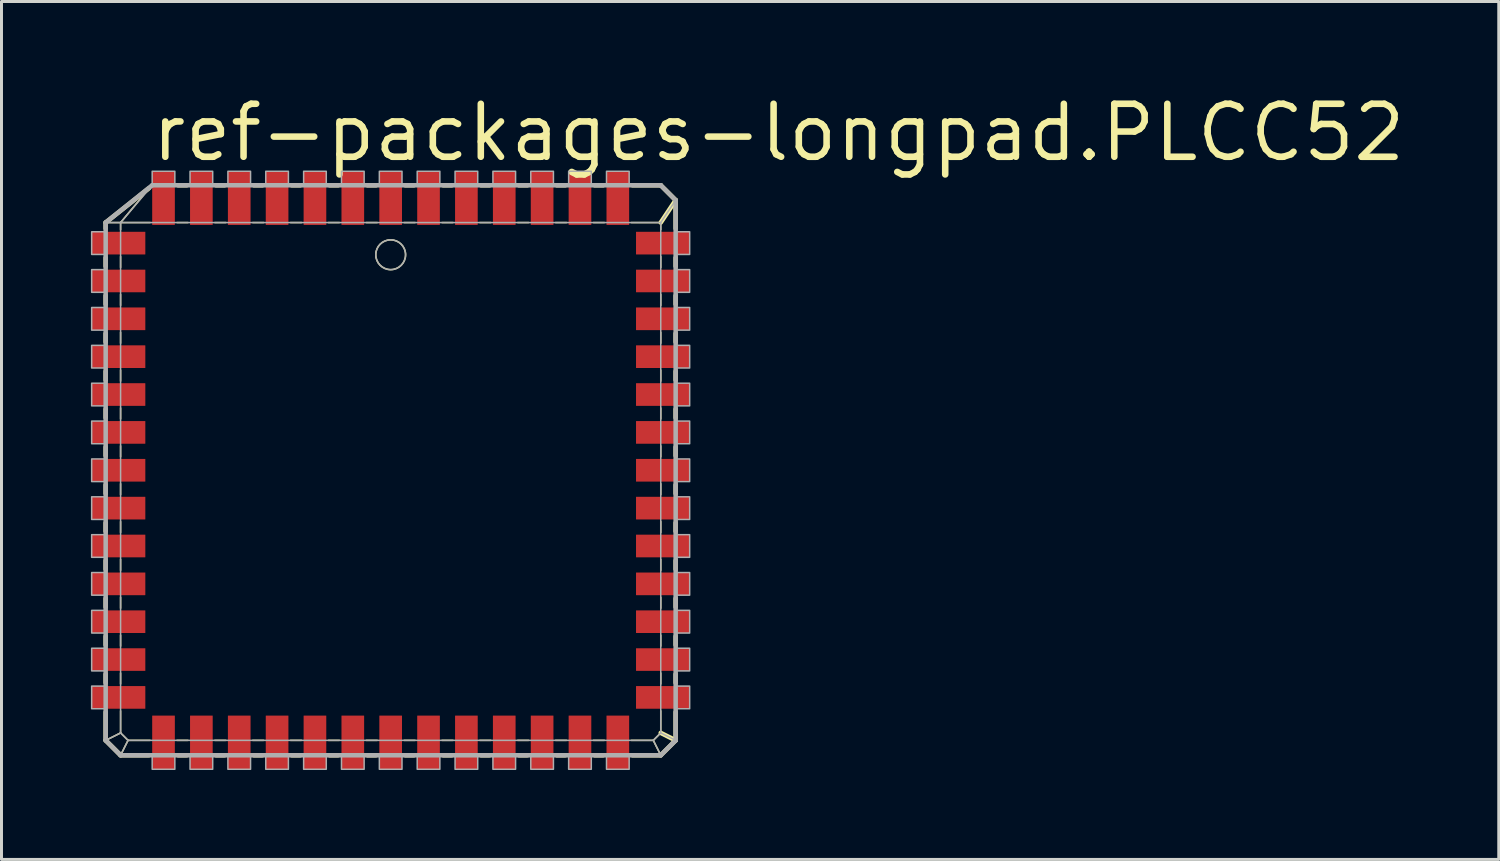
<source format=kicad_pcb>
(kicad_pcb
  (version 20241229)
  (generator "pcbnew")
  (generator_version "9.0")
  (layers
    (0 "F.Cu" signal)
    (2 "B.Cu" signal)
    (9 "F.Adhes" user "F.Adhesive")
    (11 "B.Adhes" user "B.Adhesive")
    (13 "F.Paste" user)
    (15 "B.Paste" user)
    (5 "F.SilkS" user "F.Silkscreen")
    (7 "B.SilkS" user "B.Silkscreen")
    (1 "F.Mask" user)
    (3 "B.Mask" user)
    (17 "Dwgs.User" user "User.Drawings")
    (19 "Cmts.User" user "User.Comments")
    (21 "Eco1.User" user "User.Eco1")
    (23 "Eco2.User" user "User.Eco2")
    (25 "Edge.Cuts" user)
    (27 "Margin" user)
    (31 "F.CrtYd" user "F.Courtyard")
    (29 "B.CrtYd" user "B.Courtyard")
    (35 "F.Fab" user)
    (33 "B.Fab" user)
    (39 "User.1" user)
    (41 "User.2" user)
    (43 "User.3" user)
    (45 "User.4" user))
  (footprint "ref-packages-longpad.PLCC52"
    (layer "F.Cu")
    (at 10.055 12.725)
    (property "Reference" "ref-packages-longpad.PLCC52" (at -8.128 -10.287 0) (layer "F.SilkS") (effects (font (size 1.778 1.778) (thickness 0.22)) (justify left bottom)))
    (attr smd)
    (fp_line (start -9.56 -8.31) (end -9.06 -8.31) (stroke (width 0.051) (type default)) (layer "F.SilkS"))
    (fp_line (start -9.56 -8.31) (end -8.111 -9.459) (stroke (width 0.152) (type default)) (layer "F.SilkS"))
    (fp_line (start -9.56 -8.111) (end -9.56 -8.31) (stroke (width 0.152) (type default)) (layer "F.SilkS"))
    (fp_line (start -9.56 -6.841) (end -9.56 -7.129) (stroke (width 0.152) (type default)) (layer "F.SilkS"))
    (fp_line (start -9.56 -5.571) (end -9.56 -5.859) (stroke (width 0.152) (type default)) (layer "F.SilkS"))
    (fp_line (start -9.56 -4.301) (end -9.56 -4.589) (stroke (width 0.152) (type default)) (layer "F.SilkS"))
    (fp_line (start -9.56 -3.031) (end -9.56 -3.319) (stroke (width 0.152) (type default)) (layer "F.SilkS"))
    (fp_line (start -9.56 -1.761) (end -9.56 -2.049) (stroke (width 0.152) (type default)) (layer "F.SilkS"))
    (fp_line (start -9.56 -0.491) (end -9.56 -0.779) (stroke (width 0.152) (type default)) (layer "F.SilkS"))
    (fp_line (start -9.56 0.779) (end -9.56 0.491) (stroke (width 0.152) (type default)) (layer "F.SilkS"))
    (fp_line (start -9.56 2.049) (end -9.56 1.761) (stroke (width 0.152) (type default)) (layer "F.SilkS"))
    (fp_line (start -9.56 3.319) (end -9.56 3.031) (stroke (width 0.152) (type default)) (layer "F.SilkS"))
    (fp_line (start -9.56 4.589) (end -9.56 4.301) (stroke (width 0.152) (type default)) (layer "F.SilkS"))
    (fp_line (start -9.56 5.859) (end -9.56 5.571) (stroke (width 0.152) (type default)) (layer "F.SilkS"))
    (fp_line (start -9.56 7.129) (end -9.56 6.841) (stroke (width 0.152) (type default)) (layer "F.SilkS"))
    (fp_line (start -9.56 9.06) (end -9.56 8.111) (stroke (width 0.152) (type default)) (layer "F.SilkS"))
    (fp_line (start -9.56 9.06) (end -9.06 8.81) (stroke (width 0.051) (type default)) (layer "F.SilkS"))
    (fp_line (start -9.06 -8.31) (end -8.122 -9.438) (stroke (width 0.051) (type default)) (layer "F.SilkS"))
    (fp_line (start -9.06 -8.31) (end -8.071 -8.31) (stroke (width 0.051) (type default)) (layer "F.SilkS"))
    (fp_line (start -9.06 -8.071) (end -9.06 -8.31) (stroke (width 0.051) (type default)) (layer "F.SilkS"))
    (fp_line (start -9.06 -6.801) (end -9.06 -7.169) (stroke (width 0.051) (type default)) (layer "F.SilkS"))
    (fp_line (start -9.06 -5.531) (end -9.06 -5.899) (stroke (width 0.051) (type default)) (layer "F.SilkS"))
    (fp_line (start -9.06 -4.261) (end -9.06 -4.629) (stroke (width 0.051) (type default)) (layer "F.SilkS"))
    (fp_line (start -9.06 -2.991) (end -9.06 -3.359) (stroke (width 0.051) (type default)) (layer "F.SilkS"))
    (fp_line (start -9.06 -1.721) (end -9.06 -2.089) (stroke (width 0.051) (type default)) (layer "F.SilkS"))
    (fp_line (start -9.06 -0.451) (end -9.06 -0.819) (stroke (width 0.051) (type default)) (layer "F.SilkS"))
    (fp_line (start -9.06 0.819) (end -9.06 0.451) (stroke (width 0.051) (type default)) (layer "F.SilkS"))
    (fp_line (start -9.06 2.089) (end -9.06 1.721) (stroke (width 0.051) (type default)) (layer "F.SilkS"))
    (fp_line (start -9.06 3.359) (end -9.06 2.991) (stroke (width 0.051) (type default)) (layer "F.SilkS"))
    (fp_line (start -9.06 4.629) (end -9.06 4.261) (stroke (width 0.051) (type default)) (layer "F.SilkS"))
    (fp_line (start -9.06 5.899) (end -9.06 5.531) (stroke (width 0.051) (type default)) (layer "F.SilkS"))
    (fp_line (start -9.06 7.169) (end -9.06 6.801) (stroke (width 0.051) (type default)) (layer "F.SilkS"))
    (fp_line (start -9.06 8.81) (end -9.06 8.071) (stroke (width 0.051) (type default)) (layer "F.SilkS"))
    (fp_line (start -9.06 9.56) (end -9.56 9.06) (stroke (width 0.152) (type default)) (layer "F.SilkS"))
    (fp_line (start -9.06 9.56) (end -8.81 9.06) (stroke (width 0.051) (type default)) (layer "F.SilkS"))
    (fp_line (start -8.81 9.06) (end -9.06 8.81) (stroke (width 0.051) (type default)) (layer "F.SilkS"))
    (fp_line (start -8.111 9.56) (end -9.06 9.56) (stroke (width 0.152) (type default)) (layer "F.SilkS"))
    (fp_line (start -8.071 9.06) (end -8.81 9.06) (stroke (width 0.051) (type default)) (layer "F.SilkS"))
    (fp_line (start -7.169 -8.31) (end -6.801 -8.31) (stroke (width 0.051) (type default)) (layer "F.SilkS"))
    (fp_line (start -7.129 -9.56) (end -6.841 -9.56) (stroke (width 0.152) (type default)) (layer "F.SilkS"))
    (fp_line (start -6.841 9.56) (end -7.129 9.56) (stroke (width 0.152) (type default)) (layer "F.SilkS"))
    (fp_line (start -6.801 9.06) (end -7.169 9.06) (stroke (width 0.051) (type default)) (layer "F.SilkS"))
    (fp_line (start -5.899 -8.31) (end -5.531 -8.31) (stroke (width 0.051) (type default)) (layer "F.SilkS"))
    (fp_line (start -5.859 -9.56) (end -5.571 -9.56) (stroke (width 0.152) (type default)) (layer "F.SilkS"))
    (fp_line (start -5.571 9.56) (end -5.859 9.56) (stroke (width 0.152) (type default)) (layer "F.SilkS"))
    (fp_line (start -5.531 9.06) (end -5.899 9.06) (stroke (width 0.051) (type default)) (layer "F.SilkS"))
    (fp_line (start -4.629 -8.31) (end -4.261 -8.31) (stroke (width 0.051) (type default)) (layer "F.SilkS"))
    (fp_line (start -4.589 -9.56) (end -4.301 -9.56) (stroke (width 0.152) (type default)) (layer "F.SilkS"))
    (fp_line (start -4.301 9.56) (end -4.589 9.56) (stroke (width 0.152) (type default)) (layer "F.SilkS"))
    (fp_line (start -4.261 9.06) (end -4.629 9.06) (stroke (width 0.051) (type default)) (layer "F.SilkS"))
    (fp_line (start -3.359 -8.31) (end -2.991 -8.31) (stroke (width 0.051) (type default)) (layer "F.SilkS"))
    (fp_line (start -3.319 -9.56) (end -3.031 -9.56) (stroke (width 0.152) (type default)) (layer "F.SilkS"))
    (fp_line (start -3.031 9.56) (end -3.319 9.56) (stroke (width 0.152) (type default)) (layer "F.SilkS"))
    (fp_line (start -2.991 9.06) (end -3.359 9.06) (stroke (width 0.051) (type default)) (layer "F.SilkS"))
    (fp_line (start -2.089 -8.31) (end -1.721 -8.31) (stroke (width 0.051) (type default)) (layer "F.SilkS"))
    (fp_line (start -2.049 -9.56) (end -1.761 -9.56) (stroke (width 0.152) (type default)) (layer "F.SilkS"))
    (fp_line (start -1.761 9.56) (end -2.049 9.56) (stroke (width 0.152) (type default)) (layer "F.SilkS"))
    (fp_line (start -1.721 9.06) (end -2.089 9.06) (stroke (width 0.051) (type default)) (layer "F.SilkS"))
    (fp_line (start -0.819 -8.31) (end -0.451 -8.31) (stroke (width 0.051) (type default)) (layer "F.SilkS"))
    (fp_line (start -0.779 -9.56) (end -0.491 -9.56) (stroke (width 0.152) (type default)) (layer "F.SilkS"))
    (fp_line (start -0.491 9.56) (end -0.779 9.56) (stroke (width 0.152) (type default)) (layer "F.SilkS"))
    (fp_line (start -0.451 9.06) (end -0.819 9.06) (stroke (width 0.051) (type default)) (layer "F.SilkS"))
    (fp_line (start 0.451 -8.31) (end 0.819 -8.31) (stroke (width 0.051) (type default)) (layer "F.SilkS"))
    (fp_line (start 0.491 -9.56) (end 0.779 -9.56) (stroke (width 0.152) (type default)) (layer "F.SilkS"))
    (fp_line (start 0.779 9.56) (end 0.491 9.56) (stroke (width 0.152) (type default)) (layer "F.SilkS"))
    (fp_line (start 0.819 9.06) (end 0.451 9.06) (stroke (width 0.051) (type default)) (layer "F.SilkS"))
    (fp_line (start 1.721 -8.31) (end 2.089 -8.31) (stroke (width 0.051) (type default)) (layer "F.SilkS"))
    (fp_line (start 1.761 -9.56) (end 2.049 -9.56) (stroke (width 0.152) (type default)) (layer "F.SilkS"))
    (fp_line (start 2.049 9.56) (end 1.761 9.56) (stroke (width 0.152) (type default)) (layer "F.SilkS"))
    (fp_line (start 2.089 9.06) (end 1.721 9.06) (stroke (width 0.051) (type default)) (layer "F.SilkS"))
    (fp_line (start 2.991 -8.31) (end 3.359 -8.31) (stroke (width 0.051) (type default)) (layer "F.SilkS"))
    (fp_line (start 3.031 -9.56) (end 3.319 -9.56) (stroke (width 0.152) (type default)) (layer "F.SilkS"))
    (fp_line (start 3.319 9.56) (end 3.031 9.56) (stroke (width 0.152) (type default)) (layer "F.SilkS"))
    (fp_line (start 3.359 9.06) (end 2.991 9.06) (stroke (width 0.051) (type default)) (layer "F.SilkS"))
    (fp_line (start 4.261 -8.31) (end 4.629 -8.31) (stroke (width 0.051) (type default)) (layer "F.SilkS"))
    (fp_line (start 4.301 -9.56) (end 4.589 -9.56) (stroke (width 0.152) (type default)) (layer "F.SilkS"))
    (fp_line (start 4.589 9.56) (end 4.301 9.56) (stroke (width 0.152) (type default)) (layer "F.SilkS"))
    (fp_line (start 4.629 9.06) (end 4.261 9.06) (stroke (width 0.051) (type default)) (layer "F.SilkS"))
    (fp_line (start 5.531 -8.31) (end 5.899 -8.31) (stroke (width 0.051) (type default)) (layer "F.SilkS"))
    (fp_line (start 5.571 -9.56) (end 5.859 -9.56) (stroke (width 0.152) (type default)) (layer "F.SilkS"))
    (fp_line (start 5.859 9.56) (end 5.571 9.56) (stroke (width 0.152) (type default)) (layer "F.SilkS"))
    (fp_line (start 5.899 9.06) (end 5.531 9.06) (stroke (width 0.051) (type default)) (layer "F.SilkS"))
    (fp_line (start 6.801 -8.31) (end 7.169 -8.31) (stroke (width 0.051) (type default)) (layer "F.SilkS"))
    (fp_line (start 6.841 -9.56) (end 7.129 -9.56) (stroke (width 0.152) (type default)) (layer "F.SilkS"))
    (fp_line (start 7.129 9.56) (end 6.841 9.56) (stroke (width 0.152) (type default)) (layer "F.SilkS"))
    (fp_line (start 7.169 9.06) (end 6.801 9.06) (stroke (width 0.051) (type default)) (layer "F.SilkS"))
    (fp_line (start 8.071 -8.31) (end 9.06 -8.31) (stroke (width 0.051) (type default)) (layer "F.SilkS"))
    (fp_line (start 8.111 -9.56) (end 9.06 -9.56) (stroke (width 0.152) (type default)) (layer "F.SilkS"))
    (fp_line (start 8.81 9.06) (end 8.071 9.06) (stroke (width 0.051) (type default)) (layer "F.SilkS"))
    (fp_line (start 8.81 9.06) (end 9.06 9.56) (stroke (width 0.051) (type default)) (layer "F.SilkS"))
    (fp_line (start 9.06 -9.56) (end 9.56 -9.06) (stroke (width 0.152) (type default)) (layer "F.SilkS"))
    (fp_line (start 9.06 -8.31) (end 9.06 -8.071) (stroke (width 0.051) (type default)) (layer "F.SilkS"))
    (fp_line (start 9.06 -7.169) (end 9.06 -6.801) (stroke (width 0.051) (type default)) (layer "F.SilkS"))
    (fp_line (start 9.06 -5.899) (end 9.06 -5.531) (stroke (width 0.051) (type default)) (layer "F.SilkS"))
    (fp_line (start 9.06 -4.629) (end 9.06 -4.261) (stroke (width 0.051) (type default)) (layer "F.SilkS"))
    (fp_line (start 9.06 -3.359) (end 9.06 -2.991) (stroke (width 0.051) (type default)) (layer "F.SilkS"))
    (fp_line (start 9.06 -2.089) (end 9.06 -1.721) (stroke (width 0.051) (type default)) (layer "F.SilkS"))
    (fp_line (start 9.06 -0.819) (end 9.06 -0.451) (stroke (width 0.051) (type default)) (layer "F.SilkS"))
    (fp_line (start 9.06 0.451) (end 9.06 0.819) (stroke (width 0.051) (type default)) (layer "F.SilkS"))
    (fp_line (start 9.06 1.721) (end 9.06 2.089) (stroke (width 0.051) (type default)) (layer "F.SilkS"))
    (fp_line (start 9.06 2.991) (end 9.06 3.359) (stroke (width 0.051) (type default)) (layer "F.SilkS"))
    (fp_line (start 9.06 4.261) (end 9.06 4.629) (stroke (width 0.051) (type default)) (layer "F.SilkS"))
    (fp_line (start 9.06 5.531) (end 9.06 5.899) (stroke (width 0.051) (type default)) (layer "F.SilkS"))
    (fp_line (start 9.06 6.801) (end 9.06 7.169) (stroke (width 0.051) (type default)) (layer "F.SilkS"))
    (fp_line (start 9.06 8.071) (end 9.06 8.81) (stroke (width 0.051) (type default)) (layer "F.SilkS"))
    (fp_line (start 9.06 8.81) (end 8.81 9.06) (stroke (width 0.051) (type default)) (layer "F.SilkS"))
    (fp_line (start 9.06 8.81) (end 9.56 9.06) (stroke (width 0.152) (type default)) (layer "F.SilkS"))
    (fp_line (start 9.06 9.56) (end 8.111 9.56) (stroke (width 0.152) (type default)) (layer "F.SilkS"))
    (fp_line (start 9.56 -9.06) (end 9.06 -8.31) (stroke (width 0.152) (type default)) (layer "F.SilkS"))
    (fp_line (start 9.56 -9.06) (end 9.56 -8.111) (stroke (width 0.152) (type default)) (layer "F.SilkS"))
    (fp_line (start 9.56 -7.129) (end 9.56 -6.841) (stroke (width 0.152) (type default)) (layer "F.SilkS"))
    (fp_line (start 9.56 -5.859) (end 9.56 -5.571) (stroke (width 0.152) (type default)) (layer "F.SilkS"))
    (fp_line (start 9.56 -4.589) (end 9.56 -4.301) (stroke (width 0.152) (type default)) (layer "F.SilkS"))
    (fp_line (start 9.56 -3.319) (end 9.56 -3.031) (stroke (width 0.152) (type default)) (layer "F.SilkS"))
    (fp_line (start 9.56 -2.049) (end 9.56 -1.761) (stroke (width 0.152) (type default)) (layer "F.SilkS"))
    (fp_line (start 9.56 -0.779) (end 9.56 -0.491) (stroke (width 0.152) (type default)) (layer "F.SilkS"))
    (fp_line (start 9.56 0.491) (end 9.56 0.779) (stroke (width 0.152) (type default)) (layer "F.SilkS"))
    (fp_line (start 9.56 1.761) (end 9.56 2.049) (stroke (width 0.152) (type default)) (layer "F.SilkS"))
    (fp_line (start 9.56 3.031) (end 9.56 3.319) (stroke (width 0.152) (type default)) (layer "F.SilkS"))
    (fp_line (start 9.56 4.301) (end 9.56 4.589) (stroke (width 0.152) (type default)) (layer "F.SilkS"))
    (fp_line (start 9.56 5.571) (end 9.56 5.859) (stroke (width 0.152) (type default)) (layer "F.SilkS"))
    (fp_line (start 9.56 6.841) (end 9.56 7.129) (stroke (width 0.152) (type default)) (layer "F.SilkS"))
    (fp_line (start 9.56 8.111) (end 9.56 9.06) (stroke (width 0.152) (type default)) (layer "F.SilkS"))
    (fp_line (start 9.56 9.06) (end 9.06 9.56) (stroke (width 0.152) (type default)) (layer "F.SilkS"))
    (fp_circle (center 0 -7.23) (end 0.5 -7.23) (stroke (width 0.051) (type default)) (fill no) (layer "F.SilkS"))
    (fp_line (start -9.56 -8.31) (end -9.06 -8.31) (stroke (width 0.051) (type default)) (layer "F.Fab"))
    (fp_line (start -9.56 -8.31) (end -8 -9.56) (stroke (width 0.152) (type default)) (layer "F.Fab"))
    (fp_line (start -9.56 9.06) (end -9.56 -8.31) (stroke (width 0.152) (type default)) (layer "F.Fab"))
    (fp_line (start -9.56 9.06) (end -9.06 8.81) (stroke (width 0.051) (type default)) (layer "F.Fab"))
    (fp_line (start -9.06 -8.31) (end -8 -9.56) (stroke (width 0.051) (type default)) (layer "F.Fab"))
    (fp_line (start -9.06 -8.31) (end 9.06 -8.31) (stroke (width 0.051) (type default)) (layer "F.Fab"))
    (fp_line (start -9.06 8.81) (end -9.06 -8.31) (stroke (width 0.051) (type default)) (layer "F.Fab"))
    (fp_line (start -9.06 9.56) (end -9.56 9.06) (stroke (width 0.152) (type default)) (layer "F.Fab"))
    (fp_line (start -9.06 9.56) (end -8.81 9.06) (stroke (width 0.051) (type default)) (layer "F.Fab"))
    (fp_line (start -8.81 9.06) (end -9.06 8.81) (stroke (width 0.051) (type default)) (layer "F.Fab"))
    (fp_line (start -8 -9.56) (end 9.06 -9.56) (stroke (width 0.152) (type default)) (layer "F.Fab"))
    (fp_line (start 8.81 9.06) (end -8.81 9.06) (stroke (width 0.051) (type default)) (layer "F.Fab"))
    (fp_line (start 8.81 9.06) (end 9.06 9.56) (stroke (width 0.051) (type default)) (layer "F.Fab"))
    (fp_line (start 9.06 -9.56) (end 9.56 -9.06) (stroke (width 0.152) (type default)) (layer "F.Fab"))
    (fp_line (start 9.06 -8.31) (end 9.06 8.81) (stroke (width 0.051) (type default)) (layer "F.Fab"))
    (fp_line (start 9.06 8.81) (end 8.81 9.06) (stroke (width 0.051) (type default)) (layer "F.Fab"))
    (fp_line (start 9.06 8.81) (end 9.56 9.06) (stroke (width 0.051) (type default)) (layer "F.Fab"))
    (fp_line (start 9.06 9.56) (end -9.06 9.56) (stroke (width 0.152) (type default)) (layer "F.Fab"))
    (fp_line (start 9.56 -9.06) (end 9.06 -8.31) (stroke (width 0.051) (type default)) (layer "F.Fab"))
    (fp_line (start 9.56 -9.06) (end 9.56 9.06) (stroke (width 0.152) (type default)) (layer "F.Fab"))
    (fp_line (start 9.56 9.06) (end 9.06 9.56) (stroke (width 0.152) (type default)) (layer "F.Fab"))
    (fp_rect (start -10.03 -7.24) (end -9.56 -8) (stroke (width 0.05) (type default)) (fill no) (layer "F.Fab"))
    (fp_rect (start -10.03 -5.97) (end -9.56 -6.73) (stroke (width 0.05) (type default)) (fill no) (layer "F.Fab"))
    (fp_rect (start -10.03 -4.7) (end -9.56 -5.46) (stroke (width 0.05) (type default)) (fill no) (layer "F.Fab"))
    (fp_rect (start -10.03 -3.43) (end -9.56 -4.19) (stroke (width 0.05) (type default)) (fill no) (layer "F.Fab"))
    (fp_rect (start -10.03 -2.16) (end -9.56 -2.92) (stroke (width 0.05) (type default)) (fill no) (layer "F.Fab"))
    (fp_rect (start -10.03 -0.89) (end -9.56 -1.65) (stroke (width 0.05) (type default)) (fill no) (layer "F.Fab"))
    (fp_rect (start -10.03 0.38) (end -9.56 -0.38) (stroke (width 0.05) (type default)) (fill no) (layer "F.Fab"))
    (fp_rect (start -10.03 1.65) (end -9.56 0.89) (stroke (width 0.05) (type default)) (fill no) (layer "F.Fab"))
    (fp_rect (start -10.03 2.92) (end -9.56 2.16) (stroke (width 0.05) (type default)) (fill no) (layer "F.Fab"))
    (fp_rect (start -10.03 4.19) (end -9.56 3.43) (stroke (width 0.05) (type default)) (fill no) (layer "F.Fab"))
    (fp_rect (start -10.03 5.46) (end -9.56 4.7) (stroke (width 0.05) (type default)) (fill no) (layer "F.Fab"))
    (fp_rect (start -10.03 6.73) (end -9.56 5.97) (stroke (width 0.05) (type default)) (fill no) (layer "F.Fab"))
    (fp_rect (start -10.03 8) (end -9.56 7.24) (stroke (width 0.05) (type default)) (fill no) (layer "F.Fab"))
    (fp_rect (start -8 -9.56) (end -7.24 -10.03) (stroke (width 0.05) (type default)) (fill no) (layer "F.Fab"))
    (fp_rect (start -8 10.03) (end -7.24 9.56) (stroke (width 0.05) (type default)) (fill no) (layer "F.Fab"))
    (fp_rect (start -6.73 -9.56) (end -5.97 -10.03) (stroke (width 0.05) (type default)) (fill no) (layer "F.Fab"))
    (fp_rect (start -6.73 10.03) (end -5.97 9.56) (stroke (width 0.05) (type default)) (fill no) (layer "F.Fab"))
    (fp_rect (start -5.46 -9.56) (end -4.7 -10.03) (stroke (width 0.05) (type default)) (fill no) (layer "F.Fab"))
    (fp_rect (start -5.46 10.03) (end -4.7 9.56) (stroke (width 0.05) (type default)) (fill no) (layer "F.Fab"))
    (fp_rect (start -4.19 -9.56) (end -3.43 -10.03) (stroke (width 0.05) (type default)) (fill no) (layer "F.Fab"))
    (fp_rect (start -4.19 10.03) (end -3.43 9.56) (stroke (width 0.05) (type default)) (fill no) (layer "F.Fab"))
    (fp_rect (start -2.92 -9.56) (end -2.16 -10.03) (stroke (width 0.05) (type default)) (fill no) (layer "F.Fab"))
    (fp_rect (start -2.92 10.03) (end -2.16 9.56) (stroke (width 0.05) (type default)) (fill no) (layer "F.Fab"))
    (fp_rect (start -1.65 -9.56) (end -0.89 -10.03) (stroke (width 0.05) (type default)) (fill no) (layer "F.Fab"))
    (fp_rect (start -1.65 10.03) (end -0.89 9.56) (stroke (width 0.05) (type default)) (fill no) (layer "F.Fab"))
    (fp_rect (start -0.38 -9.56) (end 0.38 -10.03) (stroke (width 0.05) (type default)) (fill no) (layer "F.Fab"))
    (fp_rect (start -0.38 10.03) (end 0.38 9.56) (stroke (width 0.05) (type default)) (fill no) (layer "F.Fab"))
    (fp_rect (start 0.89 -9.56) (end 1.65 -10.03) (stroke (width 0.05) (type default)) (fill no) (layer "F.Fab"))
    (fp_rect (start 0.89 10.03) (end 1.65 9.56) (stroke (width 0.05) (type default)) (fill no) (layer "F.Fab"))
    (fp_rect (start 2.16 -9.56) (end 2.92 -10.03) (stroke (width 0.05) (type default)) (fill no) (layer "F.Fab"))
    (fp_rect (start 2.16 10.03) (end 2.92 9.56) (stroke (width 0.05) (type default)) (fill no) (layer "F.Fab"))
    (fp_rect (start 3.43 -9.56) (end 4.19 -10.03) (stroke (width 0.05) (type default)) (fill no) (layer "F.Fab"))
    (fp_rect (start 3.43 10.03) (end 4.19 9.56) (stroke (width 0.05) (type default)) (fill no) (layer "F.Fab"))
    (fp_rect (start 4.7 -9.56) (end 5.46 -10.03) (stroke (width 0.05) (type default)) (fill no) (layer "F.Fab"))
    (fp_rect (start 4.7 10.03) (end 5.46 9.56) (stroke (width 0.05) (type default)) (fill no) (layer "F.Fab"))
    (fp_rect (start 5.97 -9.56) (end 6.73 -10.03) (stroke (width 0.05) (type default)) (fill no) (layer "F.Fab"))
    (fp_rect (start 5.97 10.03) (end 6.73 9.56) (stroke (width 0.05) (type default)) (fill no) (layer "F.Fab"))
    (fp_rect (start 7.24 -9.56) (end 8 -10.03) (stroke (width 0.05) (type default)) (fill no) (layer "F.Fab"))
    (fp_rect (start 7.24 10.03) (end 8 9.56) (stroke (width 0.05) (type default)) (fill no) (layer "F.Fab"))
    (fp_rect (start 9.56 -7.24) (end 10.03 -8) (stroke (width 0.05) (type default)) (fill no) (layer "F.Fab"))
    (fp_rect (start 9.56 -5.97) (end 10.03 -6.73) (stroke (width 0.05) (type default)) (fill no) (layer "F.Fab"))
    (fp_rect (start 9.56 -4.7) (end 10.03 -5.46) (stroke (width 0.05) (type default)) (fill no) (layer "F.Fab"))
    (fp_rect (start 9.56 -3.43) (end 10.03 -4.19) (stroke (width 0.05) (type default)) (fill no) (layer "F.Fab"))
    (fp_rect (start 9.56 -2.16) (end 10.03 -2.92) (stroke (width 0.05) (type default)) (fill no) (layer "F.Fab"))
    (fp_rect (start 9.56 -0.89) (end 10.03 -1.65) (stroke (width 0.05) (type default)) (fill no) (layer "F.Fab"))
    (fp_rect (start 9.56 0.38) (end 10.03 -0.38) (stroke (width 0.05) (type default)) (fill no) (layer "F.Fab"))
    (fp_rect (start 9.56 1.65) (end 10.03 0.89) (stroke (width 0.05) (type default)) (fill no) (layer "F.Fab"))
    (fp_rect (start 9.56 2.92) (end 10.03 2.16) (stroke (width 0.05) (type default)) (fill no) (layer "F.Fab"))
    (fp_rect (start 9.56 4.19) (end 10.03 3.43) (stroke (width 0.05) (type default)) (fill no) (layer "F.Fab"))
    (fp_rect (start 9.56 5.46) (end 10.03 4.7) (stroke (width 0.05) (type default)) (fill no) (layer "F.Fab"))
    (fp_rect (start 9.56 6.73) (end 10.03 5.97) (stroke (width 0.05) (type default)) (fill no) (layer "F.Fab"))
    (fp_rect (start 9.56 8) (end 10.03 7.24) (stroke (width 0.05) (type default)) (fill no) (layer "F.Fab"))
    (fp_circle (center 0 -7.23) (end 0.5 -7.23) (stroke (width 0.051) (type default)) (fill no) (layer "F.Fab"))
    (pad "1" smd roundrect (at 0 -9.13) (size 0.76 1.8) (layers "F.Cu" "F.Mask" "F.Paste") (roundrect_rratio 0.01))
    (pad "2" smd roundrect (at -1.27 -9.13) (size 0.76 1.8) (layers "F.Cu" "F.Mask" "F.Paste") (roundrect_rratio 0.01))
    (pad "3" smd roundrect (at -2.54 -9.13) (size 0.76 1.8) (layers "F.Cu" "F.Mask" "F.Paste") (roundrect_rratio 0.01))
    (pad "4" smd roundrect (at -3.81 -9.13) (size 0.76 1.8) (layers "F.Cu" "F.Mask" "F.Paste") (roundrect_rratio 0.01))
    (pad "5" smd roundrect (at -5.08 -9.13) (size 0.76 1.8) (layers "F.Cu" "F.Mask" "F.Paste") (roundrect_rratio 0.01))
    (pad "6" smd roundrect (at -6.35 -9.13) (size 0.76 1.8) (layers "F.Cu" "F.Mask" "F.Paste") (roundrect_rratio 0.01))
    (pad "7" smd roundrect (at -7.62 -9.13) (size 0.76 1.8) (layers "F.Cu" "F.Mask" "F.Paste") (roundrect_rratio 0.01))
    (pad "8" smd roundrect (at -9.13 -7.62) (size 1.8 0.76) (layers "F.Cu" "F.Mask" "F.Paste") (roundrect_rratio 0.01))
    (pad "9" smd roundrect (at -9.13 -6.35) (size 1.8 0.76) (layers "F.Cu" "F.Mask" "F.Paste") (roundrect_rratio 0.01))
    (pad "10" smd roundrect (at -9.13 -5.08) (size 1.8 0.76) (layers "F.Cu" "F.Mask" "F.Paste") (roundrect_rratio 0.01))
    (pad "11" smd roundrect (at -9.13 -3.81) (size 1.8 0.76) (layers "F.Cu" "F.Mask" "F.Paste") (roundrect_rratio 0.01))
    (pad "12" smd roundrect (at -9.13 -2.54) (size 1.8 0.76) (layers "F.Cu" "F.Mask" "F.Paste") (roundrect_rratio 0.01))
    (pad "13" smd roundrect (at -9.13 -1.27) (size 1.8 0.76) (layers "F.Cu" "F.Mask" "F.Paste") (roundrect_rratio 0.01))
    (pad "14" smd roundrect (at -9.13 0) (size 1.8 0.76) (layers "F.Cu" "F.Mask" "F.Paste") (roundrect_rratio 0.01))
    (pad "15" smd roundrect (at -9.13 1.27) (size 1.8 0.76) (layers "F.Cu" "F.Mask" "F.Paste") (roundrect_rratio 0.01))
    (pad "16" smd roundrect (at -9.13 2.54) (size 1.8 0.76) (layers "F.Cu" "F.Mask" "F.Paste") (roundrect_rratio 0.01))
    (pad "17" smd roundrect (at -9.13 3.81) (size 1.8 0.76) (layers "F.Cu" "F.Mask" "F.Paste") (roundrect_rratio 0.01))
    (pad "18" smd roundrect (at -9.13 5.08) (size 1.8 0.76) (layers "F.Cu" "F.Mask" "F.Paste") (roundrect_rratio 0.01))
    (pad "19" smd roundrect (at -9.13 6.35) (size 1.8 0.76) (layers "F.Cu" "F.Mask" "F.Paste") (roundrect_rratio 0.01))
    (pad "20" smd roundrect (at -9.13 7.62) (size 1.8 0.76) (layers "F.Cu" "F.Mask" "F.Paste") (roundrect_rratio 0.01))
    (pad "21" smd roundrect (at -7.62 9.13) (size 0.76 1.8) (layers "F.Cu" "F.Mask" "F.Paste") (roundrect_rratio 0.01))
    (pad "22" smd roundrect (at -6.35 9.13) (size 0.76 1.8) (layers "F.Cu" "F.Mask" "F.Paste") (roundrect_rratio 0.01))
    (pad "23" smd roundrect (at -5.08 9.13) (size 0.76 1.8) (layers "F.Cu" "F.Mask" "F.Paste") (roundrect_rratio 0.01))
    (pad "24" smd roundrect (at -3.81 9.13) (size 0.76 1.8) (layers "F.Cu" "F.Mask" "F.Paste") (roundrect_rratio 0.01))
    (pad "25" smd roundrect (at -2.54 9.13) (size 0.76 1.8) (layers "F.Cu" "F.Mask" "F.Paste") (roundrect_rratio 0.01))
    (pad "26" smd roundrect (at -1.27 9.13) (size 0.76 1.8) (layers "F.Cu" "F.Mask" "F.Paste") (roundrect_rratio 0.01))
    (pad "27" smd roundrect (at 0 9.13) (size 0.76 1.8) (layers "F.Cu" "F.Mask" "F.Paste") (roundrect_rratio 0.01))
    (pad "28" smd roundrect (at 1.27 9.13) (size 0.76 1.8) (layers "F.Cu" "F.Mask" "F.Paste") (roundrect_rratio 0.01))
    (pad "29" smd roundrect (at 2.54 9.13) (size 0.76 1.8) (layers "F.Cu" "F.Mask" "F.Paste") (roundrect_rratio 0.01))
    (pad "30" smd roundrect (at 3.81 9.13) (size 0.76 1.8) (layers "F.Cu" "F.Mask" "F.Paste") (roundrect_rratio 0.01))
    (pad "31" smd roundrect (at 5.08 9.13) (size 0.76 1.8) (layers "F.Cu" "F.Mask" "F.Paste") (roundrect_rratio 0.01))
    (pad "32" smd roundrect (at 6.35 9.13) (size 0.76 1.8) (layers "F.Cu" "F.Mask" "F.Paste") (roundrect_rratio 0.01))
    (pad "33" smd roundrect (at 7.62 9.13) (size 0.76 1.8) (layers "F.Cu" "F.Mask" "F.Paste") (roundrect_rratio 0.01))
    (pad "34" smd roundrect (at 9.13 7.62) (size 1.8 0.76) (layers "F.Cu" "F.Mask" "F.Paste") (roundrect_rratio 0.01))
    (pad "35" smd roundrect (at 9.13 6.35) (size 1.8 0.76) (layers "F.Cu" "F.Mask" "F.Paste") (roundrect_rratio 0.01))
    (pad "36" smd roundrect (at 9.13 5.08) (size 1.8 0.76) (layers "F.Cu" "F.Mask" "F.Paste") (roundrect_rratio 0.01))
    (pad "37" smd roundrect (at 9.13 3.81) (size 1.8 0.76) (layers "F.Cu" "F.Mask" "F.Paste") (roundrect_rratio 0.01))
    (pad "38" smd roundrect (at 9.13 2.54) (size 1.8 0.76) (layers "F.Cu" "F.Mask" "F.Paste") (roundrect_rratio 0.01))
    (pad "39" smd roundrect (at 9.13 1.27) (size 1.8 0.76) (layers "F.Cu" "F.Mask" "F.Paste") (roundrect_rratio 0.01))
    (pad "40" smd roundrect (at 9.13 0) (size 1.8 0.76) (layers "F.Cu" "F.Mask" "F.Paste") (roundrect_rratio 0.01))
    (pad "41" smd roundrect (at 9.13 -1.27) (size 1.8 0.76) (layers "F.Cu" "F.Mask" "F.Paste") (roundrect_rratio 0.01))
    (pad "42" smd roundrect (at 9.13 -2.54) (size 1.8 0.76) (layers "F.Cu" "F.Mask" "F.Paste") (roundrect_rratio 0.01))
    (pad "43" smd roundrect (at 9.13 -3.81) (size 1.8 0.76) (layers "F.Cu" "F.Mask" "F.Paste") (roundrect_rratio 0.01))
    (pad "44" smd roundrect (at 9.13 -5.08) (size 1.8 0.76) (layers "F.Cu" "F.Mask" "F.Paste") (roundrect_rratio 0.01))
    (pad "45" smd roundrect (at 9.13 -6.35) (size 1.8 0.76) (layers "F.Cu" "F.Mask" "F.Paste") (roundrect_rratio 0.01))
    (pad "46" smd roundrect (at 9.13 -7.62) (size 1.8 0.76) (layers "F.Cu" "F.Mask" "F.Paste") (roundrect_rratio 0.01))
    (pad "47" smd roundrect (at 7.62 -9.13) (size 0.76 1.8) (layers "F.Cu" "F.Mask" "F.Paste") (roundrect_rratio 0.01))
    (pad "48" smd roundrect (at 6.35 -9.13) (size 0.76 1.8) (layers "F.Cu" "F.Mask" "F.Paste") (roundrect_rratio 0.01))
    (pad "49" smd roundrect (at 5.08 -9.13) (size 0.76 1.8) (layers "F.Cu" "F.Mask" "F.Paste") (roundrect_rratio 0.01))
    (pad "50" smd roundrect (at 3.81 -9.13) (size 0.76 1.8) (layers "F.Cu" "F.Mask" "F.Paste") (roundrect_rratio 0.01))
    (pad "51" smd roundrect (at 2.54 -9.13) (size 0.76 1.8) (layers "F.Cu" "F.Mask" "F.Paste") (roundrect_rratio 0.01))
    (pad "52" smd roundrect (at 1.27 -9.13) (size 0.76 1.8) (layers "F.Cu" "F.Mask" "F.Paste") (roundrect_rratio 0.01)))
  (gr_rect
    (start -3 -3)
    (end 47.226 25.78)
    (stroke (width 0.1) (type default))
    (fill no)
    (layer "Edge.Cuts")))
</source>
